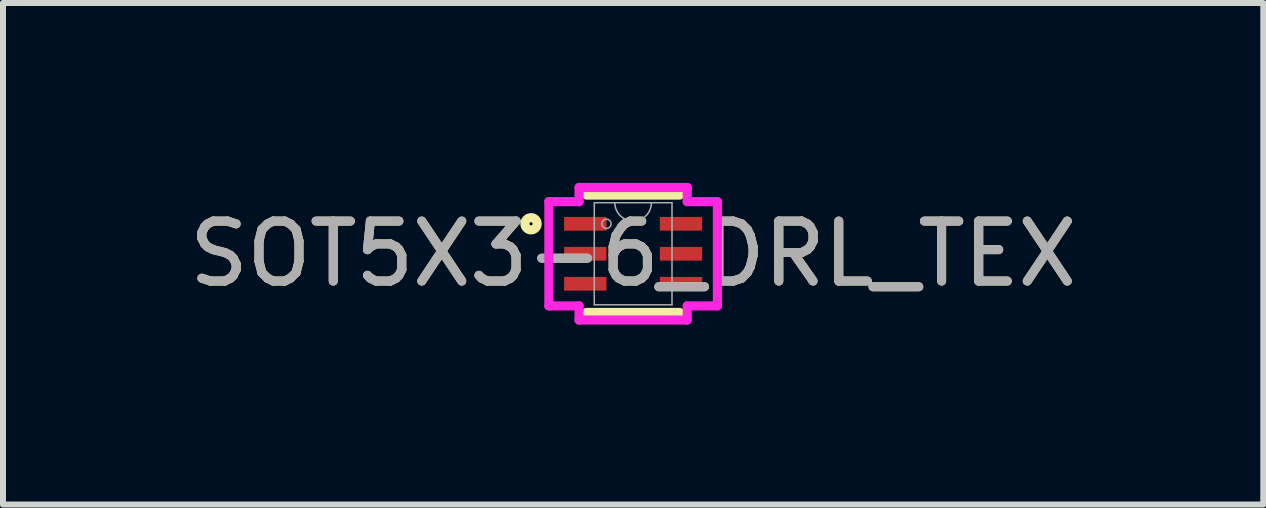
<source format=kicad_pcb>
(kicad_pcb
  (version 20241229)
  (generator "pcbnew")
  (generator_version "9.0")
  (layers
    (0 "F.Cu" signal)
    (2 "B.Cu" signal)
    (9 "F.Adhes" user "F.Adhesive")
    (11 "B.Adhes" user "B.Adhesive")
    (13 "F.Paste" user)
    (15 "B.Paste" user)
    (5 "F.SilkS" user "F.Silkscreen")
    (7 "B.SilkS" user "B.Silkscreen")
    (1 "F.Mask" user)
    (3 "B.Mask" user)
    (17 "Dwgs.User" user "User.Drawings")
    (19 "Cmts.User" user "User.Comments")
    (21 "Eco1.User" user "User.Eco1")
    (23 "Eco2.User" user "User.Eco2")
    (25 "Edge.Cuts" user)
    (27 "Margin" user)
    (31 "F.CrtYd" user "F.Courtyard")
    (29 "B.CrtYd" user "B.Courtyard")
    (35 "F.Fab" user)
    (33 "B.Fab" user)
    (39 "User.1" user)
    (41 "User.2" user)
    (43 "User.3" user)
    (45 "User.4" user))
  (footprint "SOT5X3-6_DRL_TEX"
    (layer "F.Cu")
    (at 7.506 1.181)
    (property "Reference" "SOT5X3-6_DRL_TEX" (at 0 0 0) (unlocked yes) (layer "F.SilkS") (effects (font (size 1 1) (thickness 0.15))))
    (attr smd)
    (fp_line (start -0.775 0.978) (end 0.775 0.978) (stroke (width 0.152) (type solid)) (layer "F.SilkS"))
    (fp_line (start 0.775 -0.978) (end -0.775 -0.978) (stroke (width 0.152) (type solid)) (layer "F.SilkS"))
    (fp_circle (center -1.702 -0.5) (end -1.6 -0.5) (stroke (width 0.152) (type solid)) (fill no) (layer "F.SilkS"))
    (fp_line (start -1.405 -0.869) (end -0.902 -0.869) (stroke (width 0.152) (type solid)) (layer "F.CrtYd"))
    (fp_line (start -1.405 0.869) (end -1.405 -0.869) (stroke (width 0.152) (type solid)) (layer "F.CrtYd"))
    (fp_line (start -1.405 0.869) (end -0.902 0.869) (stroke (width 0.152) (type solid)) (layer "F.CrtYd"))
    (fp_line (start -0.902 -1.105) (end 0.902 -1.105) (stroke (width 0.152) (type solid)) (layer "F.CrtYd"))
    (fp_line (start -0.902 -0.869) (end -0.902 -1.105) (stroke (width 0.152) (type solid)) (layer "F.CrtYd"))
    (fp_line (start -0.902 1.105) (end -0.902 0.869) (stroke (width 0.152) (type solid)) (layer "F.CrtYd"))
    (fp_line (start 0.902 -1.105) (end 0.902 -0.869) (stroke (width 0.152) (type solid)) (layer "F.CrtYd"))
    (fp_line (start 0.902 0.869) (end 0.902 1.105) (stroke (width 0.152) (type solid)) (layer "F.CrtYd"))
    (fp_line (start 0.902 1.105) (end -0.902 1.105) (stroke (width 0.152) (type solid)) (layer "F.CrtYd"))
    (fp_line (start 1.405 -0.869) (end 0.902 -0.869) (stroke (width 0.152) (type solid)) (layer "F.CrtYd"))
    (fp_line (start 1.405 -0.869) (end 1.405 0.869) (stroke (width 0.152) (type solid)) (layer "F.CrtYd"))
    (fp_line (start 1.405 0.869) (end 0.902 0.869) (stroke (width 0.152) (type solid)) (layer "F.CrtYd"))
    (fp_line (start -0.648 -0.851) (end -0.648 0.851) (stroke (width 0.025) (type solid)) (layer "F.Fab"))
    (fp_line (start -0.648 0.851) (end 0.648 0.851) (stroke (width 0.025) (type solid)) (layer "F.Fab"))
    (fp_line (start 0.648 -0.851) (end -0.648 -0.851) (stroke (width 0.025) (type solid)) (layer "F.Fab"))
    (fp_line (start 0.648 0.851) (end 0.648 -0.851) (stroke (width 0.025) (type solid)) (layer "F.Fab"))
    (fp_arc (start 0.3048 -0.8509) (mid 0 -0.5461) (end -0.3048 -0.8509) (stroke (width 0.0254) (type solid)) (layer "F.Fab"))
    (fp_circle (center -0.445 -0.5) (end -0.368 -0.5) (stroke (width 0.025) (type solid)) (fill no) (layer "F.Fab"))
    (fp_text user "${REFERENCE}" (at 0 0 0) (unlocked yes) (layer "F.Fab") (effects (font (size 1 1) (thickness 0.15))))
    (pad "1" smd rect (at -0.798 -0.5) (size 0.706 0.229) (layers "F.Cu" "F.Mask" "F.Paste"))
    (pad "2" smd rect (at -0.798 0) (size 0.706 0.229) (layers "F.Cu" "F.Mask" "F.Paste"))
    (pad "3" smd rect (at -0.798 0.5) (size 0.706 0.229) (layers "F.Cu" "F.Mask" "F.Paste"))
    (pad "4" smd rect (at 0.798 0.5) (size 0.706 0.229) (layers "F.Cu" "F.Mask" "F.Paste"))
    (pad "5" smd rect (at 0.798 0) (size 0.706 0.229) (layers "F.Cu" "F.Mask" "F.Paste"))
    (pad "6" smd rect (at 0.798 -0.5) (size 0.706 0.229) (layers "F.Cu" "F.Mask" "F.Paste")))
  (gr_rect
    (start -3 -3)
    (end 18.012 5.362)
    (stroke (width 0.1) (type default))
    (fill no)
    (layer "Edge.Cuts")))
</source>
